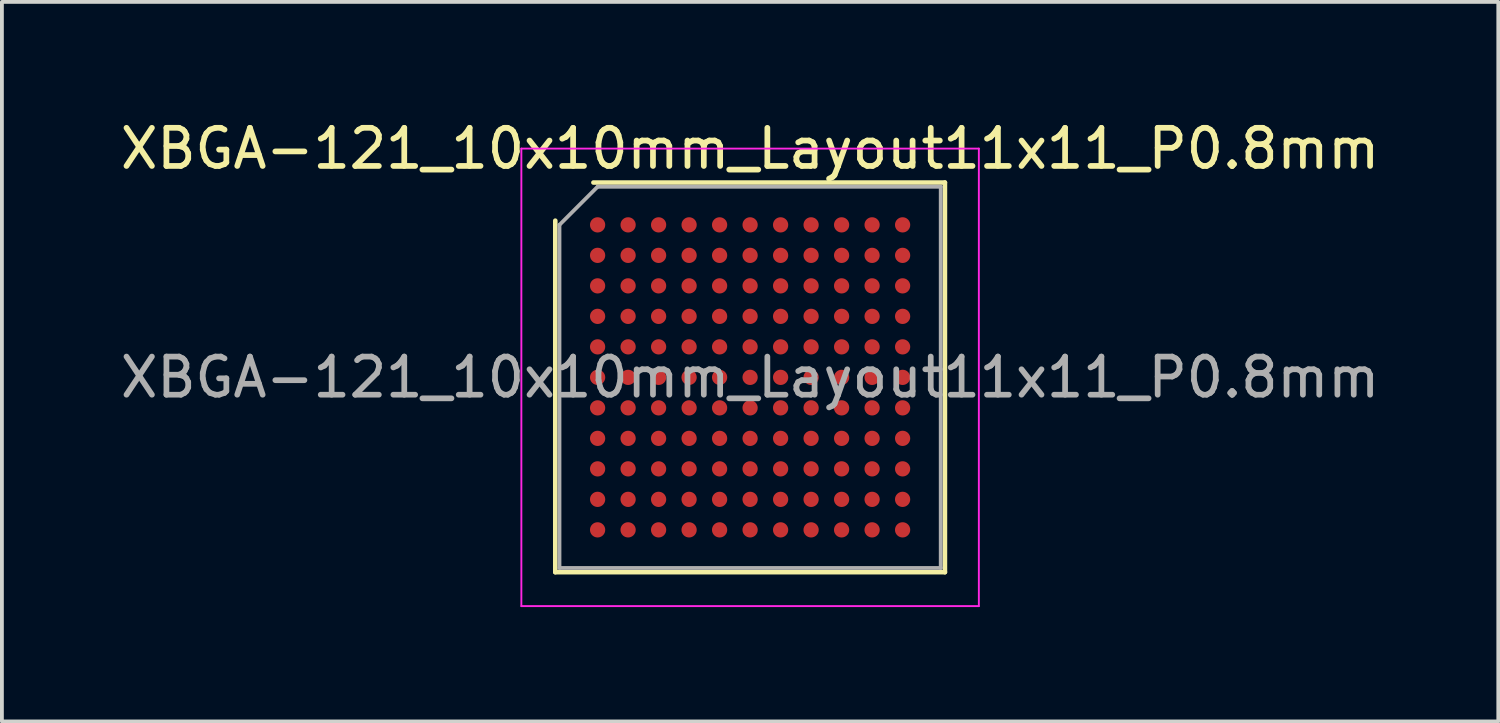
<source format=kicad_pcb>
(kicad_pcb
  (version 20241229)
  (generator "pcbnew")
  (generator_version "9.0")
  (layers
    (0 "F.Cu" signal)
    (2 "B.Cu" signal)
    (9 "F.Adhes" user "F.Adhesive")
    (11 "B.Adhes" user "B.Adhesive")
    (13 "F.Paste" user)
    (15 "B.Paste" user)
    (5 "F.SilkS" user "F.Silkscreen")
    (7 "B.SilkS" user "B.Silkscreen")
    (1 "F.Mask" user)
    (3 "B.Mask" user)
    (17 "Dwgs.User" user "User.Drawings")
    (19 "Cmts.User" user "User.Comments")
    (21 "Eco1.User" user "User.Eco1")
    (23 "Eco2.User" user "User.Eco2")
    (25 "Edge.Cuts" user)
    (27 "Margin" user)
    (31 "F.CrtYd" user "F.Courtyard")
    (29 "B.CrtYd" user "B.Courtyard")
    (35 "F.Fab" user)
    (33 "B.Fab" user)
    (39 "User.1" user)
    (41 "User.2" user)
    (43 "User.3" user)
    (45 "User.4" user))
  (footprint "XBGA-121_10x10mm_Layout11x11_P0.8mm"
    (layer "F.Cu")
    (at 16.625 6.848)
    (property "Reference" "XBGA-121_10x10mm_Layout11x11_P0.8mm" (at 0 -6 0) (layer "F.SilkS") (effects (font (size 1 1) (thickness 0.15))))
    (attr smd)
    (fp_line (start -5.11 5.11) (end -5.11 -4.11) (stroke (width 0.12) (type solid)) (layer "F.SilkS"))
    (fp_line (start -4.11 -5.11) (end 5.11 -5.11) (stroke (width 0.12) (type solid)) (layer "F.SilkS"))
    (fp_line (start 5.11 -5.11) (end 5.11 5.11) (stroke (width 0.12) (type solid)) (layer "F.SilkS"))
    (fp_line (start 5.11 5.11) (end -5.11 5.11) (stroke (width 0.12) (type solid)) (layer "F.SilkS"))
    (fp_line (start -6 -6) (end -6 6) (stroke (width 0.05) (type solid)) (layer "F.CrtYd"))
    (fp_line (start -6 6) (end 6 6) (stroke (width 0.05) (type solid)) (layer "F.CrtYd"))
    (fp_line (start 6 -6) (end -6 -6) (stroke (width 0.05) (type solid)) (layer "F.CrtYd"))
    (fp_line (start 6 6) (end 6 -6) (stroke (width 0.05) (type solid)) (layer "F.CrtYd"))
    (fp_line (start -5 -4) (end -4 -5) (stroke (width 0.1) (type solid)) (layer "F.Fab"))
    (fp_line (start -5 5) (end -5 -4) (stroke (width 0.1) (type solid)) (layer "F.Fab"))
    (fp_line (start -4 -5) (end 5 -5) (stroke (width 0.1) (type solid)) (layer "F.Fab"))
    (fp_line (start 5 -5) (end 5 5) (stroke (width 0.1) (type solid)) (layer "F.Fab"))
    (fp_line (start 5 5) (end -5 5) (stroke (width 0.1) (type solid)) (layer "F.Fab"))
    (fp_text user "${REFERENCE}" (at 0 0 0) (layer "F.Fab") (effects (font (size 1 1) (thickness 0.15))))
    (pad "A1" smd circle (at -4 -4) (size 0.4 0.4) (layers "F.Cu" "F.Mask" "F.Paste"))
    (pad "A2" smd circle (at -3.2 -4) (size 0.4 0.4) (layers "F.Cu" "F.Mask" "F.Paste"))
    (pad "A3" smd circle (at -2.4 -4) (size 0.4 0.4) (layers "F.Cu" "F.Mask" "F.Paste"))
    (pad "A4" smd circle (at -1.6 -4) (size 0.4 0.4) (layers "F.Cu" "F.Mask" "F.Paste"))
    (pad "A5" smd circle (at -0.8 -4) (size 0.4 0.4) (layers "F.Cu" "F.Mask" "F.Paste"))
    (pad "A6" smd circle (at 0 -4) (size 0.4 0.4) (layers "F.Cu" "F.Mask" "F.Paste"))
    (pad "A7" smd circle (at 0.8 -4) (size 0.4 0.4) (layers "F.Cu" "F.Mask" "F.Paste"))
    (pad "A8" smd circle (at 1.6 -4) (size 0.4 0.4) (layers "F.Cu" "F.Mask" "F.Paste"))
    (pad "A9" smd circle (at 2.4 -4) (size 0.4 0.4) (layers "F.Cu" "F.Mask" "F.Paste"))
    (pad "A10" smd circle (at 3.2 -4) (size 0.4 0.4) (layers "F.Cu" "F.Mask" "F.Paste"))
    (pad "A11" smd circle (at 4 -4) (size 0.4 0.4) (layers "F.Cu" "F.Mask" "F.Paste"))
    (pad "B1" smd circle (at -4 -3.2) (size 0.4 0.4) (layers "F.Cu" "F.Mask" "F.Paste"))
    (pad "B2" smd circle (at -3.2 -3.2) (size 0.4 0.4) (layers "F.Cu" "F.Mask" "F.Paste"))
    (pad "B3" smd circle (at -2.4 -3.2) (size 0.4 0.4) (layers "F.Cu" "F.Mask" "F.Paste"))
    (pad "B4" smd circle (at -1.6 -3.2) (size 0.4 0.4) (layers "F.Cu" "F.Mask" "F.Paste"))
    (pad "B5" smd circle (at -0.8 -3.2) (size 0.4 0.4) (layers "F.Cu" "F.Mask" "F.Paste"))
    (pad "B6" smd circle (at 0 -3.2) (size 0.4 0.4) (layers "F.Cu" "F.Mask" "F.Paste"))
    (pad "B7" smd circle (at 0.8 -3.2) (size 0.4 0.4) (layers "F.Cu" "F.Mask" "F.Paste"))
    (pad "B8" smd circle (at 1.6 -3.2) (size 0.4 0.4) (layers "F.Cu" "F.Mask" "F.Paste"))
    (pad "B9" smd circle (at 2.4 -3.2) (size 0.4 0.4) (layers "F.Cu" "F.Mask" "F.Paste"))
    (pad "B10" smd circle (at 3.2 -3.2) (size 0.4 0.4) (layers "F.Cu" "F.Mask" "F.Paste"))
    (pad "B11" smd circle (at 4 -3.2) (size 0.4 0.4) (layers "F.Cu" "F.Mask" "F.Paste"))
    (pad "C1" smd circle (at -4 -2.4) (size 0.4 0.4) (layers "F.Cu" "F.Mask" "F.Paste"))
    (pad "C2" smd circle (at -3.2 -2.4) (size 0.4 0.4) (layers "F.Cu" "F.Mask" "F.Paste"))
    (pad "C3" smd circle (at -2.4 -2.4) (size 0.4 0.4) (layers "F.Cu" "F.Mask" "F.Paste"))
    (pad "C4" smd circle (at -1.6 -2.4) (size 0.4 0.4) (layers "F.Cu" "F.Mask" "F.Paste"))
    (pad "C5" smd circle (at -0.8 -2.4) (size 0.4 0.4) (layers "F.Cu" "F.Mask" "F.Paste"))
    (pad "C6" smd circle (at 0 -2.4) (size 0.4 0.4) (layers "F.Cu" "F.Mask" "F.Paste"))
    (pad "C7" smd circle (at 0.8 -2.4) (size 0.4 0.4) (layers "F.Cu" "F.Mask" "F.Paste"))
    (pad "C8" smd circle (at 1.6 -2.4) (size 0.4 0.4) (layers "F.Cu" "F.Mask" "F.Paste"))
    (pad "C9" smd circle (at 2.4 -2.4) (size 0.4 0.4) (layers "F.Cu" "F.Mask" "F.Paste"))
    (pad "C10" smd circle (at 3.2 -2.4) (size 0.4 0.4) (layers "F.Cu" "F.Mask" "F.Paste"))
    (pad "C11" smd circle (at 4 -2.4) (size 0.4 0.4) (layers "F.Cu" "F.Mask" "F.Paste"))
    (pad "D1" smd circle (at -4 -1.6) (size 0.4 0.4) (layers "F.Cu" "F.Mask" "F.Paste"))
    (pad "D2" smd circle (at -3.2 -1.6) (size 0.4 0.4) (layers "F.Cu" "F.Mask" "F.Paste"))
    (pad "D3" smd circle (at -2.4 -1.6) (size 0.4 0.4) (layers "F.Cu" "F.Mask" "F.Paste"))
    (pad "D4" smd circle (at -1.6 -1.6) (size 0.4 0.4) (layers "F.Cu" "F.Mask" "F.Paste"))
    (pad "D5" smd circle (at -0.8 -1.6) (size 0.4 0.4) (layers "F.Cu" "F.Mask" "F.Paste"))
    (pad "D6" smd circle (at 0 -1.6) (size 0.4 0.4) (layers "F.Cu" "F.Mask" "F.Paste"))
    (pad "D7" smd circle (at 0.8 -1.6) (size 0.4 0.4) (layers "F.Cu" "F.Mask" "F.Paste"))
    (pad "D8" smd circle (at 1.6 -1.6) (size 0.4 0.4) (layers "F.Cu" "F.Mask" "F.Paste"))
    (pad "D9" smd circle (at 2.4 -1.6) (size 0.4 0.4) (layers "F.Cu" "F.Mask" "F.Paste"))
    (pad "D10" smd circle (at 3.2 -1.6) (size 0.4 0.4) (layers "F.Cu" "F.Mask" "F.Paste"))
    (pad "D11" smd circle (at 4 -1.6) (size 0.4 0.4) (layers "F.Cu" "F.Mask" "F.Paste"))
    (pad "E1" smd circle (at -4 -0.8) (size 0.4 0.4) (layers "F.Cu" "F.Mask" "F.Paste"))
    (pad "E2" smd circle (at -3.2 -0.8) (size 0.4 0.4) (layers "F.Cu" "F.Mask" "F.Paste"))
    (pad "E3" smd circle (at -2.4 -0.8) (size 0.4 0.4) (layers "F.Cu" "F.Mask" "F.Paste"))
    (pad "E4" smd circle (at -1.6 -0.8) (size 0.4 0.4) (layers "F.Cu" "F.Mask" "F.Paste"))
    (pad "E5" smd circle (at -0.8 -0.8) (size 0.4 0.4) (layers "F.Cu" "F.Mask" "F.Paste"))
    (pad "E6" smd circle (at 0 -0.8) (size 0.4 0.4) (layers "F.Cu" "F.Mask" "F.Paste"))
    (pad "E7" smd circle (at 0.8 -0.8) (size 0.4 0.4) (layers "F.Cu" "F.Mask" "F.Paste"))
    (pad "E8" smd circle (at 1.6 -0.8) (size 0.4 0.4) (layers "F.Cu" "F.Mask" "F.Paste"))
    (pad "E9" smd circle (at 2.4 -0.8) (size 0.4 0.4) (layers "F.Cu" "F.Mask" "F.Paste"))
    (pad "E10" smd circle (at 3.2 -0.8) (size 0.4 0.4) (layers "F.Cu" "F.Mask" "F.Paste"))
    (pad "E11" smd circle (at 4 -0.8) (size 0.4 0.4) (layers "F.Cu" "F.Mask" "F.Paste"))
    (pad "F1" smd circle (at -4 0) (size 0.4 0.4) (layers "F.Cu" "F.Mask" "F.Paste"))
    (pad "F2" smd circle (at -3.2 0) (size 0.4 0.4) (layers "F.Cu" "F.Mask" "F.Paste"))
    (pad "F3" smd circle (at -2.4 0) (size 0.4 0.4) (layers "F.Cu" "F.Mask" "F.Paste"))
    (pad "F4" smd circle (at -1.6 0) (size 0.4 0.4) (layers "F.Cu" "F.Mask" "F.Paste"))
    (pad "F5" smd circle (at -0.8 0) (size 0.4 0.4) (layers "F.Cu" "F.Mask" "F.Paste"))
    (pad "F6" smd circle (at 0 0) (size 0.4 0.4) (layers "F.Cu" "F.Mask" "F.Paste"))
    (pad "F7" smd circle (at 0.8 0) (size 0.4 0.4) (layers "F.Cu" "F.Mask" "F.Paste"))
    (pad "F8" smd circle (at 1.6 0) (size 0.4 0.4) (layers "F.Cu" "F.Mask" "F.Paste"))
    (pad "F9" smd circle (at 2.4 0) (size 0.4 0.4) (layers "F.Cu" "F.Mask" "F.Paste"))
    (pad "F10" smd circle (at 3.2 0) (size 0.4 0.4) (layers "F.Cu" "F.Mask" "F.Paste"))
    (pad "F11" smd circle (at 4 0) (size 0.4 0.4) (layers "F.Cu" "F.Mask" "F.Paste"))
    (pad "G1" smd circle (at -4 0.8) (size 0.4 0.4) (layers "F.Cu" "F.Mask" "F.Paste"))
    (pad "G2" smd circle (at -3.2 0.8) (size 0.4 0.4) (layers "F.Cu" "F.Mask" "F.Paste"))
    (pad "G3" smd circle (at -2.4 0.8) (size 0.4 0.4) (layers "F.Cu" "F.Mask" "F.Paste"))
    (pad "G4" smd circle (at -1.6 0.8) (size 0.4 0.4) (layers "F.Cu" "F.Mask" "F.Paste"))
    (pad "G5" smd circle (at -0.8 0.8) (size 0.4 0.4) (layers "F.Cu" "F.Mask" "F.Paste"))
    (pad "G6" smd circle (at 0 0.8) (size 0.4 0.4) (layers "F.Cu" "F.Mask" "F.Paste"))
    (pad "G7" smd circle (at 0.8 0.8) (size 0.4 0.4) (layers "F.Cu" "F.Mask" "F.Paste"))
    (pad "G8" smd circle (at 1.6 0.8) (size 0.4 0.4) (layers "F.Cu" "F.Mask" "F.Paste"))
    (pad "G9" smd circle (at 2.4 0.8) (size 0.4 0.4) (layers "F.Cu" "F.Mask" "F.Paste"))
    (pad "G10" smd circle (at 3.2 0.8) (size 0.4 0.4) (layers "F.Cu" "F.Mask" "F.Paste"))
    (pad "G11" smd circle (at 4 0.8) (size 0.4 0.4) (layers "F.Cu" "F.Mask" "F.Paste"))
    (pad "H1" smd circle (at -4 1.6) (size 0.4 0.4) (layers "F.Cu" "F.Mask" "F.Paste"))
    (pad "H2" smd circle (at -3.2 1.6) (size 0.4 0.4) (layers "F.Cu" "F.Mask" "F.Paste"))
    (pad "H3" smd circle (at -2.4 1.6) (size 0.4 0.4) (layers "F.Cu" "F.Mask" "F.Paste"))
    (pad "H4" smd circle (at -1.6 1.6) (size 0.4 0.4) (layers "F.Cu" "F.Mask" "F.Paste"))
    (pad "H5" smd circle (at -0.8 1.6) (size 0.4 0.4) (layers "F.Cu" "F.Mask" "F.Paste"))
    (pad "H6" smd circle (at 0 1.6) (size 0.4 0.4) (layers "F.Cu" "F.Mask" "F.Paste"))
    (pad "H7" smd circle (at 0.8 1.6) (size 0.4 0.4) (layers "F.Cu" "F.Mask" "F.Paste"))
    (pad "H8" smd circle (at 1.6 1.6) (size 0.4 0.4) (layers "F.Cu" "F.Mask" "F.Paste"))
    (pad "H9" smd circle (at 2.4 1.6) (size 0.4 0.4) (layers "F.Cu" "F.Mask" "F.Paste"))
    (pad "H10" smd circle (at 3.2 1.6) (size 0.4 0.4) (layers "F.Cu" "F.Mask" "F.Paste"))
    (pad "H11" smd circle (at 4 1.6) (size 0.4 0.4) (layers "F.Cu" "F.Mask" "F.Paste"))
    (pad "J1" smd circle (at -4 2.4) (size 0.4 0.4) (layers "F.Cu" "F.Mask" "F.Paste"))
    (pad "J2" smd circle (at -3.2 2.4) (size 0.4 0.4) (layers "F.Cu" "F.Mask" "F.Paste"))
    (pad "J3" smd circle (at -2.4 2.4) (size 0.4 0.4) (layers "F.Cu" "F.Mask" "F.Paste"))
    (pad "J4" smd circle (at -1.6 2.4) (size 0.4 0.4) (layers "F.Cu" "F.Mask" "F.Paste"))
    (pad "J5" smd circle (at -0.8 2.4) (size 0.4 0.4) (layers "F.Cu" "F.Mask" "F.Paste"))
    (pad "J6" smd circle (at 0 2.4) (size 0.4 0.4) (layers "F.Cu" "F.Mask" "F.Paste"))
    (pad "J7" smd circle (at 0.8 2.4) (size 0.4 0.4) (layers "F.Cu" "F.Mask" "F.Paste"))
    (pad "J8" smd circle (at 1.6 2.4) (size 0.4 0.4) (layers "F.Cu" "F.Mask" "F.Paste"))
    (pad "J9" smd circle (at 2.4 2.4) (size 0.4 0.4) (layers "F.Cu" "F.Mask" "F.Paste"))
    (pad "J10" smd circle (at 3.2 2.4) (size 0.4 0.4) (layers "F.Cu" "F.Mask" "F.Paste"))
    (pad "J11" smd circle (at 4 2.4) (size 0.4 0.4) (layers "F.Cu" "F.Mask" "F.Paste"))
    (pad "K1" smd circle (at -4 3.2) (size 0.4 0.4) (layers "F.Cu" "F.Mask" "F.Paste"))
    (pad "K2" smd circle (at -3.2 3.2) (size 0.4 0.4) (layers "F.Cu" "F.Mask" "F.Paste"))
    (pad "K3" smd circle (at -2.4 3.2) (size 0.4 0.4) (layers "F.Cu" "F.Mask" "F.Paste"))
    (pad "K4" smd circle (at -1.6 3.2) (size 0.4 0.4) (layers "F.Cu" "F.Mask" "F.Paste"))
    (pad "K5" smd circle (at -0.8 3.2) (size 0.4 0.4) (layers "F.Cu" "F.Mask" "F.Paste"))
    (pad "K6" smd circle (at 0 3.2) (size 0.4 0.4) (layers "F.Cu" "F.Mask" "F.Paste"))
    (pad "K7" smd circle (at 0.8 3.2) (size 0.4 0.4) (layers "F.Cu" "F.Mask" "F.Paste"))
    (pad "K8" smd circle (at 1.6 3.2) (size 0.4 0.4) (layers "F.Cu" "F.Mask" "F.Paste"))
    (pad "K9" smd circle (at 2.4 3.2) (size 0.4 0.4) (layers "F.Cu" "F.Mask" "F.Paste"))
    (pad "K10" smd circle (at 3.2 3.2) (size 0.4 0.4) (layers "F.Cu" "F.Mask" "F.Paste"))
    (pad "K11" smd circle (at 4 3.2) (size 0.4 0.4) (layers "F.Cu" "F.Mask" "F.Paste"))
    (pad "L1" smd circle (at -4 4) (size 0.4 0.4) (layers "F.Cu" "F.Mask" "F.Paste"))
    (pad "L2" smd circle (at -3.2 4) (size 0.4 0.4) (layers "F.Cu" "F.Mask" "F.Paste"))
    (pad "L3" smd circle (at -2.4 4) (size 0.4 0.4) (layers "F.Cu" "F.Mask" "F.Paste"))
    (pad "L4" smd circle (at -1.6 4) (size 0.4 0.4) (layers "F.Cu" "F.Mask" "F.Paste"))
    (pad "L5" smd circle (at -0.8 4) (size 0.4 0.4) (layers "F.Cu" "F.Mask" "F.Paste"))
    (pad "L6" smd circle (at 0 4) (size 0.4 0.4) (layers "F.Cu" "F.Mask" "F.Paste"))
    (pad "L7" smd circle (at 0.8 4) (size 0.4 0.4) (layers "F.Cu" "F.Mask" "F.Paste"))
    (pad "L8" smd circle (at 1.6 4) (size 0.4 0.4) (layers "F.Cu" "F.Mask" "F.Paste"))
    (pad "L9" smd circle (at 2.4 4) (size 0.4 0.4) (layers "F.Cu" "F.Mask" "F.Paste"))
    (pad "L10" smd circle (at 3.2 4) (size 0.4 0.4) (layers "F.Cu" "F.Mask" "F.Paste"))
    (pad "L11" smd circle (at 4 4) (size 0.4 0.4) (layers "F.Cu" "F.Mask" "F.Paste")))
  (gr_rect
    (start -3 -3)
    (end 36.25 15.873)
    (stroke (width 0.1) (type default))
    (fill no)
    (layer "Edge.Cuts")))
</source>
